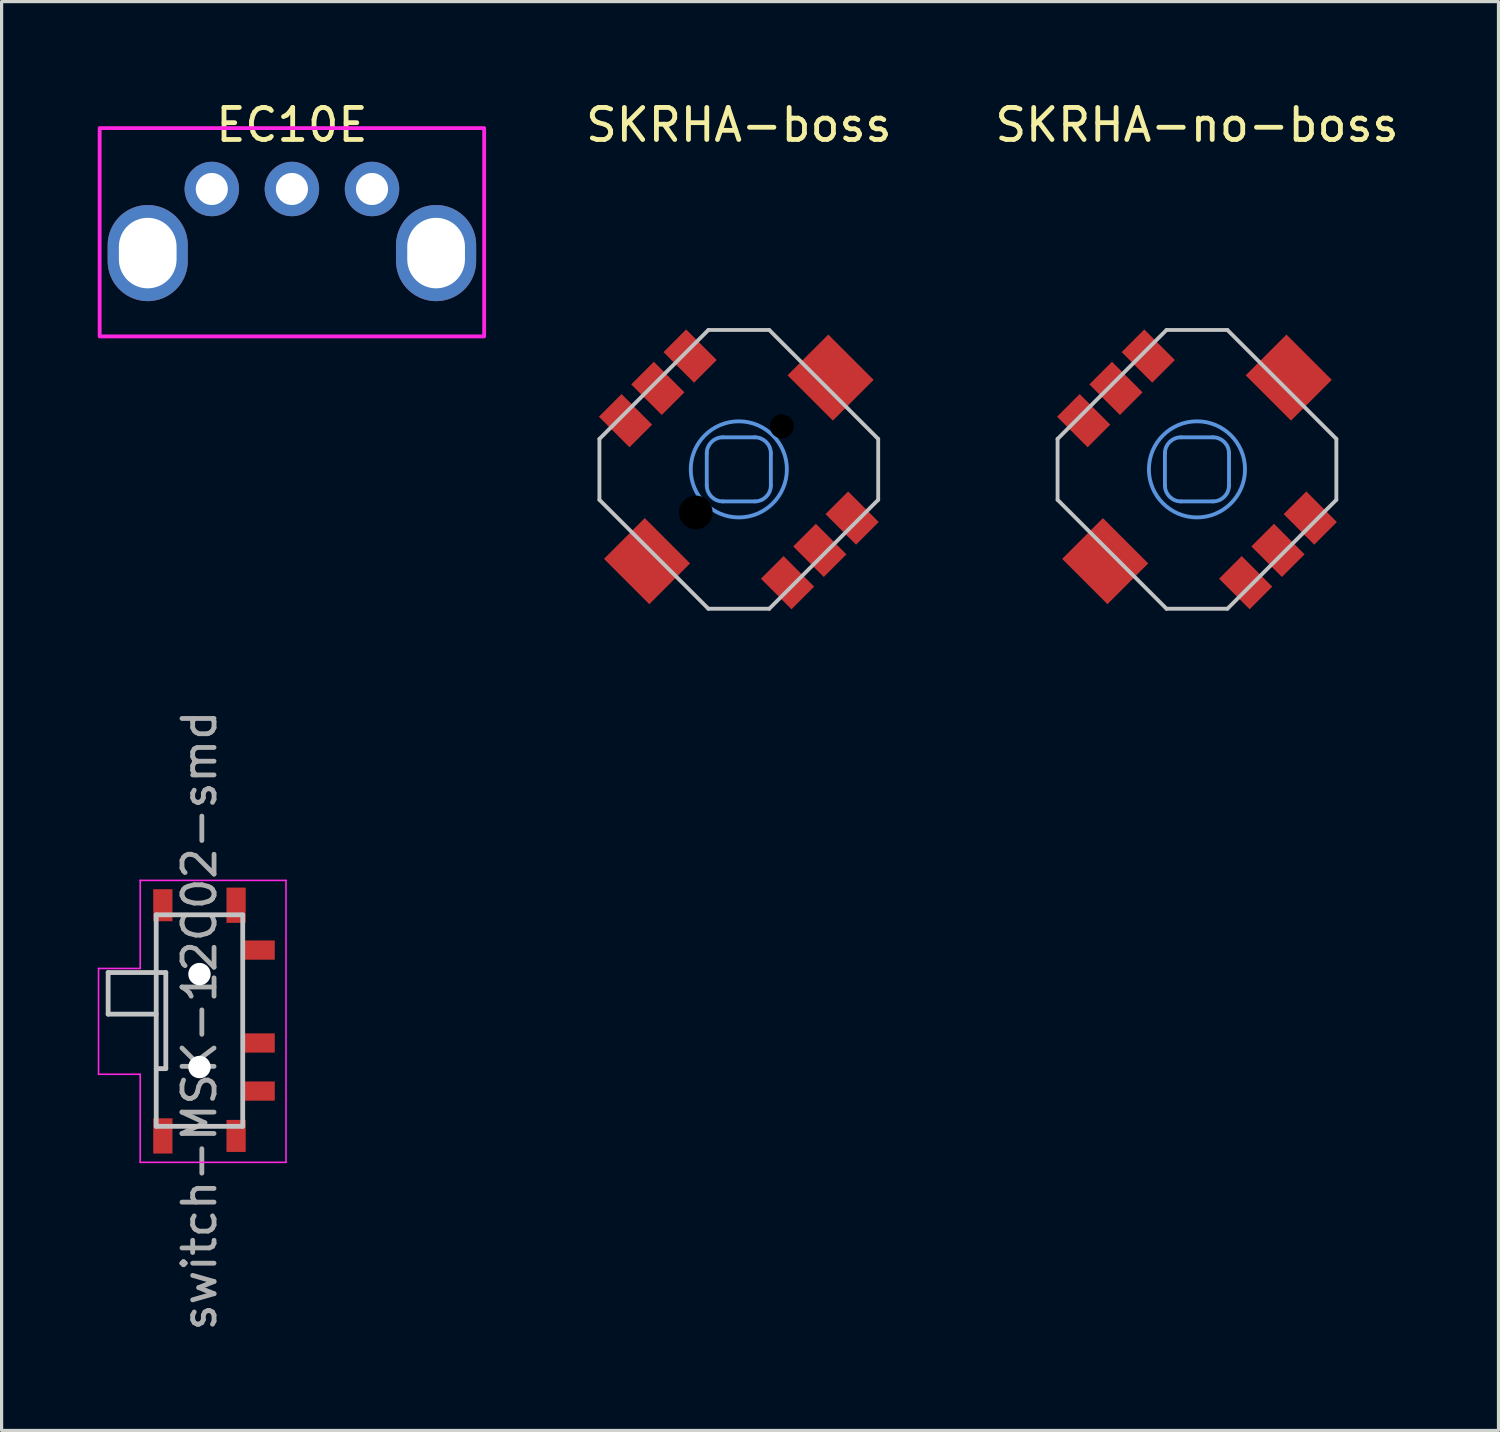
<source format=kicad_pcb>
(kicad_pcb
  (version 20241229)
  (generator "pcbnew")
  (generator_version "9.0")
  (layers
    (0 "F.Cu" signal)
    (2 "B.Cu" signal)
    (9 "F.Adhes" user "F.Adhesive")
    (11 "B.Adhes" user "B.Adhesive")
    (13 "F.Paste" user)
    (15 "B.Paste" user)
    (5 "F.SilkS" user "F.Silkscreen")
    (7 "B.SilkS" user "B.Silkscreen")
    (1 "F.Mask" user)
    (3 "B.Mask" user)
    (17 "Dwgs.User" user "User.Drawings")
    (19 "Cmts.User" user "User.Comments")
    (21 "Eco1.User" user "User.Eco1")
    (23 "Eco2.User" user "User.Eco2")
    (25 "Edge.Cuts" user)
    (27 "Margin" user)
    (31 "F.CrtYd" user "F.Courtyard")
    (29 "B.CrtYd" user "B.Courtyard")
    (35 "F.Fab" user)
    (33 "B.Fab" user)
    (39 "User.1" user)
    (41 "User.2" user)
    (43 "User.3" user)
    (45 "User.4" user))
  (footprint "SKRHA-boss"
    (layer "F.Cu")
    (at 20.007 11.598)
    (property "Reference" "SKRHA-boss" (at 0 -10.75 0) (unlocked yes) (layer "F.SilkS") (effects (font (size 1 1) (thickness 0.15))))
    (fp_line (start -4.35 0.95) (end -4.35 -0.95) (stroke (width 0.12) (type solid)) (layer "Dwgs.User"))
    (fp_line (start -4.35 0.95) (end -0.95 4.35) (stroke (width 0.12) (type solid)) (layer "Dwgs.User"))
    (fp_line (start -0.95 -4.35) (end -4.35 -0.95) (stroke (width 0.12) (type solid)) (layer "Dwgs.User"))
    (fp_line (start 0.95 -4.35) (end -0.95 -4.35) (stroke (width 0.12) (type solid)) (layer "Dwgs.User"))
    (fp_line (start 0.95 4.35) (end -0.95 4.35) (stroke (width 0.12) (type solid)) (layer "Dwgs.User"))
    (fp_line (start 0.95 4.35) (end 4.35 0.95) (stroke (width 0.12) (type solid)) (layer "Dwgs.User"))
    (fp_line (start 4.35 -0.95) (end 0.95 -4.35) (stroke (width 0.12) (type solid)) (layer "Dwgs.User"))
    (fp_line (start 4.35 0.95) (end 4.35 -0.95) (stroke (width 0.12) (type solid)) (layer "Dwgs.User"))
    (fp_line (start -1 0.5) (end -1 -0.5) (stroke (width 0.12) (type solid)) (layer "Cmts.User"))
    (fp_line (start -0.5 -1) (end 0.5 -1) (stroke (width 0.12) (type solid)) (layer "Cmts.User"))
    (fp_line (start 0.5 1) (end -0.5 1) (stroke (width 0.12) (type solid)) (layer "Cmts.User"))
    (fp_line (start 1 0.5) (end 1 -0.5) (stroke (width 0.12) (type solid)) (layer "Cmts.User"))
    (fp_arc (start -1 -0.5) (mid -0.853553 -0.853553) (end -0.5 -1) (stroke (width 0.12) (type solid)) (layer "Cmts.User"))
    (fp_arc (start -0.5 1) (mid -0.853553 0.853553) (end -1 0.5) (stroke (width 0.12) (type solid)) (layer "Cmts.User"))
    (fp_arc (start 0.5 -1) (mid 0.853553 -0.853553) (end 1 -0.5) (stroke (width 0.12) (type solid)) (layer "Cmts.User"))
    (fp_arc (start 1 0.5) (mid 0.853553 0.853553) (end 0.5 1) (stroke (width 0.12) (type solid)) (layer "Cmts.User"))
    (fp_circle (center 0 0) (end 1.5 0) (stroke (width 0.12) (type solid)) (fill no) (layer "Cmts.User"))
    (pad "" smd rect (at -2.864 2.864 315) (size 2 1.8) (layers "F.Cu" "F.Mask" "F.Paste"))
    (pad "" np_thru_hole circle (at -1.344 1.344 315) (size 1.05 1.05) (drill 1.05) (layers "*.Mask"))
    (pad "" np_thru_hole circle (at 1.344 -1.344 315) (size 0.75 0.75) (drill 0.75) (layers "*.Mask"))
    (pad "" smd rect (at 2.864 -2.864 315) (size 2 1.8) (layers "F.Cu" "F.Mask" "F.Paste"))
    (pad "1" smd rect (at -1.52 -3.536 315) (size 1.35 1) (layers "F.Cu" "F.Mask" "F.Paste"))
    (pad "2" smd rect (at -2.528 -2.528 315) (size 1.35 1) (layers "F.Cu" "F.Mask" "F.Paste"))
    (pad "3" smd rect (at -3.536 -1.52 315) (size 1.35 1) (layers "F.Cu" "F.Mask" "F.Paste"))
    (pad "4" smd rect (at 3.536 1.52 315) (size 1.35 1) (layers "F.Cu" "F.Mask" "F.Paste"))
    (pad "5" smd rect (at 2.528 2.528 315) (size 1.35 1) (layers "F.Cu" "F.Mask" "F.Paste"))
    (pad "6" smd rect (at 1.52 3.536 315) (size 1.35 1) (layers "F.Cu" "F.Mask" "F.Paste")))
  (footprint "SKRHA-no-boss"
    (layer "F.Cu")
    (at 34.305 11.598)
    (property "Reference" "SKRHA-no-boss" (at 0 -10.75 0) (unlocked yes) (layer "F.SilkS") (effects (font (size 1 1) (thickness 0.15))))
    (fp_line (start -4.35 0.95) (end -4.35 -0.95) (stroke (width 0.12) (type solid)) (layer "Dwgs.User"))
    (fp_line (start -4.35 0.95) (end -0.95 4.35) (stroke (width 0.12) (type solid)) (layer "Dwgs.User"))
    (fp_line (start -0.95 -4.35) (end -4.35 -0.95) (stroke (width 0.12) (type solid)) (layer "Dwgs.User"))
    (fp_line (start 0.95 -4.35) (end -0.95 -4.35) (stroke (width 0.12) (type solid)) (layer "Dwgs.User"))
    (fp_line (start 0.95 4.35) (end -0.95 4.35) (stroke (width 0.12) (type solid)) (layer "Dwgs.User"))
    (fp_line (start 0.95 4.35) (end 4.35 0.95) (stroke (width 0.12) (type solid)) (layer "Dwgs.User"))
    (fp_line (start 4.35 -0.95) (end 0.95 -4.35) (stroke (width 0.12) (type solid)) (layer "Dwgs.User"))
    (fp_line (start 4.35 0.95) (end 4.35 -0.95) (stroke (width 0.12) (type solid)) (layer "Dwgs.User"))
    (fp_line (start -1 0.5) (end -1 -0.5) (stroke (width 0.12) (type solid)) (layer "Cmts.User"))
    (fp_line (start -0.5 -1) (end 0.5 -1) (stroke (width 0.12) (type solid)) (layer "Cmts.User"))
    (fp_line (start 0.5 1) (end -0.5 1) (stroke (width 0.12) (type solid)) (layer "Cmts.User"))
    (fp_line (start 1 0.5) (end 1 -0.5) (stroke (width 0.12) (type solid)) (layer "Cmts.User"))
    (fp_arc (start -1 -0.5) (mid -0.853553 -0.853553) (end -0.5 -1) (stroke (width 0.12) (type solid)) (layer "Cmts.User"))
    (fp_arc (start -0.5 1) (mid -0.853553 0.853553) (end -1 0.5) (stroke (width 0.12) (type solid)) (layer "Cmts.User"))
    (fp_arc (start 0.5 -1) (mid 0.853553 -0.853553) (end 1 -0.5) (stroke (width 0.12) (type solid)) (layer "Cmts.User"))
    (fp_arc (start 1 0.5) (mid 0.853553 0.853553) (end 0.5 1) (stroke (width 0.12) (type solid)) (layer "Cmts.User"))
    (fp_circle (center 0 0) (end 1.5 0) (stroke (width 0.12) (type solid)) (fill no) (layer "Cmts.User"))
    (pad "" smd rect (at -2.864 2.864 315) (size 2 1.8) (layers "F.Cu" "F.Mask" "F.Paste"))
    (pad "" smd rect (at 2.864 -2.864 315) (size 2 1.8) (layers "F.Cu" "F.Mask" "F.Paste"))
    (pad "1" smd rect (at -1.52 -3.536 315) (size 1.35 1) (layers "F.Cu" "F.Mask" "F.Paste"))
    (pad "2" smd rect (at -2.528 -2.528 315) (size 1.35 1) (layers "F.Cu" "F.Mask" "F.Paste"))
    (pad "3" smd rect (at -3.536 -1.52 315) (size 1.35 1) (layers "F.Cu" "F.Mask" "F.Paste"))
    (pad "4" smd rect (at 3.536 1.52 315) (size 1.35 1) (layers "F.Cu" "F.Mask" "F.Paste"))
    (pad "5" smd rect (at 2.528 2.528 315) (size 1.35 1) (layers "F.Cu" "F.Mask" "F.Paste"))
    (pad "6" smd rect (at 1.52 3.536 315) (size 1.35 1) (layers "F.Cu" "F.Mask" "F.Paste")))
  (footprint "switch-MSK-12C02-smd"
    (layer "F.Cu")
    (at 1.825 28.8)
    (property "Reference" "switch-MSK-12C02-smd" (at 1.35 0 90) (layer "F.Fab") (effects (font (size 1 1) (thickness 0.15))))
    (attr smd)
    (fp_line (start -1.5 -1.5) (end 0 -1.5) (stroke (width 0.15) (type solid)) (layer "Dwgs.User"))
    (fp_line (start -1.5 -0.2) (end -1.5 -1.5) (stroke (width 0.15) (type solid)) (layer "Dwgs.User"))
    (fp_line (start 0 -3.3) (end 0 3.3) (stroke (width 0.15) (type solid)) (layer "Dwgs.User"))
    (fp_line (start 0 -3.3) (end 2.7 -3.3) (stroke (width 0.15) (type solid)) (layer "Dwgs.User"))
    (fp_line (start 0 -0.2) (end -1.5 -0.2) (stroke (width 0.15) (type solid)) (layer "Dwgs.User"))
    (fp_line (start 0 3.3) (end 2.7 3.3) (stroke (width 0.15) (type solid)) (layer "Dwgs.User"))
    (fp_line (start 0.3 -1.5) (end 0 -1.5) (stroke (width 0.15) (type solid)) (layer "Dwgs.User"))
    (fp_line (start 0.3 1.5) (end 0 1.5) (stroke (width 0.15) (type solid)) (layer "Dwgs.User"))
    (fp_line (start 0.3 1.5) (end 0.3 -1.5) (stroke (width 0.15) (type solid)) (layer "Dwgs.User"))
    (fp_line (start 2.7 -3.3) (end 2.7 3.3) (stroke (width 0.15) (type solid)) (layer "Dwgs.User"))
    (fp_line (start -1.8 -1.625) (end -0.5 -1.625) (stroke (width 0.05) (type solid)) (layer "F.CrtYd"))
    (fp_line (start -1.8 1.675) (end -1.8 -1.625) (stroke (width 0.05) (type solid)) (layer "F.CrtYd"))
    (fp_line (start -0.5 -4.375) (end 4.05 -4.375) (stroke (width 0.05) (type solid)) (layer "F.CrtYd"))
    (fp_line (start -0.5 -1.625) (end -0.5 -4.375) (stroke (width 0.05) (type solid)) (layer "F.CrtYd"))
    (fp_line (start -0.5 1.675) (end -1.8 1.675) (stroke (width 0.05) (type solid)) (layer "F.CrtYd"))
    (fp_line (start -0.5 4.425) (end -0.5 1.675) (stroke (width 0.05) (type solid)) (layer "F.CrtYd"))
    (fp_line (start 4.05 -4.375) (end 4.05 4.425) (stroke (width 0.05) (type solid)) (layer "F.CrtYd"))
    (fp_line (start 4.05 4.425) (end -0.5 4.425) (stroke (width 0.05) (type solid)) (layer "F.CrtYd"))
    (pad "" smd rect (at 0.207 -3.6 90) (size 1 0.6) (layers "F.Cu" "F.Mask" "F.Paste"))
    (pad "" smd rect (at 0.207 3.6 90) (size 1.1 0.6) (layers "F.Cu" "F.Mask" "F.Paste"))
    (pad "" np_thru_hole circle (at 1.35 -1.45 180) (size 0.7 0.7) (drill 0.7) (layers "*.Cu" "*.Mask"))
    (pad "" np_thru_hole circle (at 1.35 1.45 180) (size 0.7 0.7) (drill 0.7) (layers "*.Cu" "*.Mask"))
    (pad "" smd rect (at 2.493 -3.6 90) (size 1.1 0.6) (layers "F.Cu" "F.Mask" "F.Paste"))
    (pad "" smd rect (at 2.493 3.6 90) (size 1 0.6) (layers "F.Cu" "F.Mask" "F.Paste"))
    (pad "1" smd rect (at 3.2 -2.2 180) (size 1 0.6) (layers "F.Cu" "F.Mask" "F.Paste"))
    (pad "2" smd rect (at 3.2 0.7 180) (size 1 0.6) (layers "F.Cu" "F.Mask" "F.Paste"))
    (pad "3" smd rect (at 3.2 2.2 180) (size 1 0.6) (layers "F.Cu" "F.Mask" "F.Paste")))
  (footprint "EC10E"
    (layer "F.Cu")
    (at 6.06 4.848)
    (property "Reference" "EC10E" (at 0 -4 0) (unlocked yes) (layer "F.SilkS") (effects (font (size 1 1) (thickness 0.15))))
    (attr through_hole)
    (fp_rect (start 6 2.6) (end -6 -3.9) (stroke (width 0.12) (type solid)) (fill no) (layer "F.CrtYd"))
    (pad "A" thru_hole circle (at 2.5 -2) (size 1.7 1.7) (drill 1) (layers "*.Cu" "*.Mask"))
    (pad "B" thru_hole circle (at 0 -2) (size 1.7 1.7) (drill 1) (layers "*.Cu" "*.Mask"))
    (pad "C" thru_hole circle (at -2.5 -2) (size 1.7 1.7) (drill 1) (layers "*.Cu" "*.Mask"))
    (pad "MP" thru_hole oval (at -4.5 0) (size 2.5 3) (drill oval 1.8 2.2) (layers "*.Cu" "*.Mask"))
    (pad "MP" thru_hole oval (at 4.5 0) (size 2.5 3) (drill oval 1.8 2.2) (layers "*.Cu" "*.Mask"))
    (zone (net_name "") (layers "F.Cu" "B.Cu" "Cmts.User") (name "feet") (hatch edge 0.508) (connect_pads) (min_thickness 0.254) (filled_areas_thickness no) (keepout (tracks allowed) (vias allowed) (pads not_allowed) (copperpour allowed) (footprints not_allowed)) (placement (enabled no)) (fill) (polygon (pts (xy 1.06 6.348) (xy 2.06 6.348) (xy 2.06 7.248) (xy 1.06 7.248))))
    (zone (net_name "") (layers "F.Cu" "B.Cu" "Cmts.User") (name "feet") (hatch edge 0.508) (connect_pads) (min_thickness 0.254) (filled_areas_thickness no) (keepout (tracks allowed) (vias allowed) (pads not_allowed) (copperpour allowed) (footprints not_allowed)) (placement (enabled no)) (fill) (polygon (pts (xy 2.06 3.348) (xy 1.06 3.348) (xy 1.06 1.148) (xy 2.06 1.148))))
    (zone (net_name "") (layers "F.Cu" "B.Cu" "Cmts.User") (name "feet") (hatch edge 0.508) (connect_pads) (min_thickness 0.254) (filled_areas_thickness no) (keepout (tracks allowed) (vias allowed) (pads not_allowed) (copperpour allowed) (footprints not_allowed)) (placement (enabled no)) (fill) (polygon (pts (xy 10.06 6.348) (xy 11.06 6.348) (xy 11.06 7.248) (xy 10.06 7.248))))
    (zone (net_name "") (layers "F.Cu" "B.Cu" "Cmts.User") (name "feet") (hatch edge 0.508) (connect_pads) (min_thickness 0.254) (filled_areas_thickness no) (keepout (tracks allowed) (vias allowed) (pads not_allowed) (copperpour allowed) (footprints not_allowed)) (placement (enabled no)) (fill) (polygon (pts (xy 11.06 3.348) (xy 10.06 3.348) (xy 10.06 1.148) (xy 11.06 1.148)))))
  (gr_rect
    (start -3 -3)
    (end 43.715 41.592)
    (stroke (width 0.1) (type default))
    (fill no)
    (layer "Edge.Cuts")))
</source>
